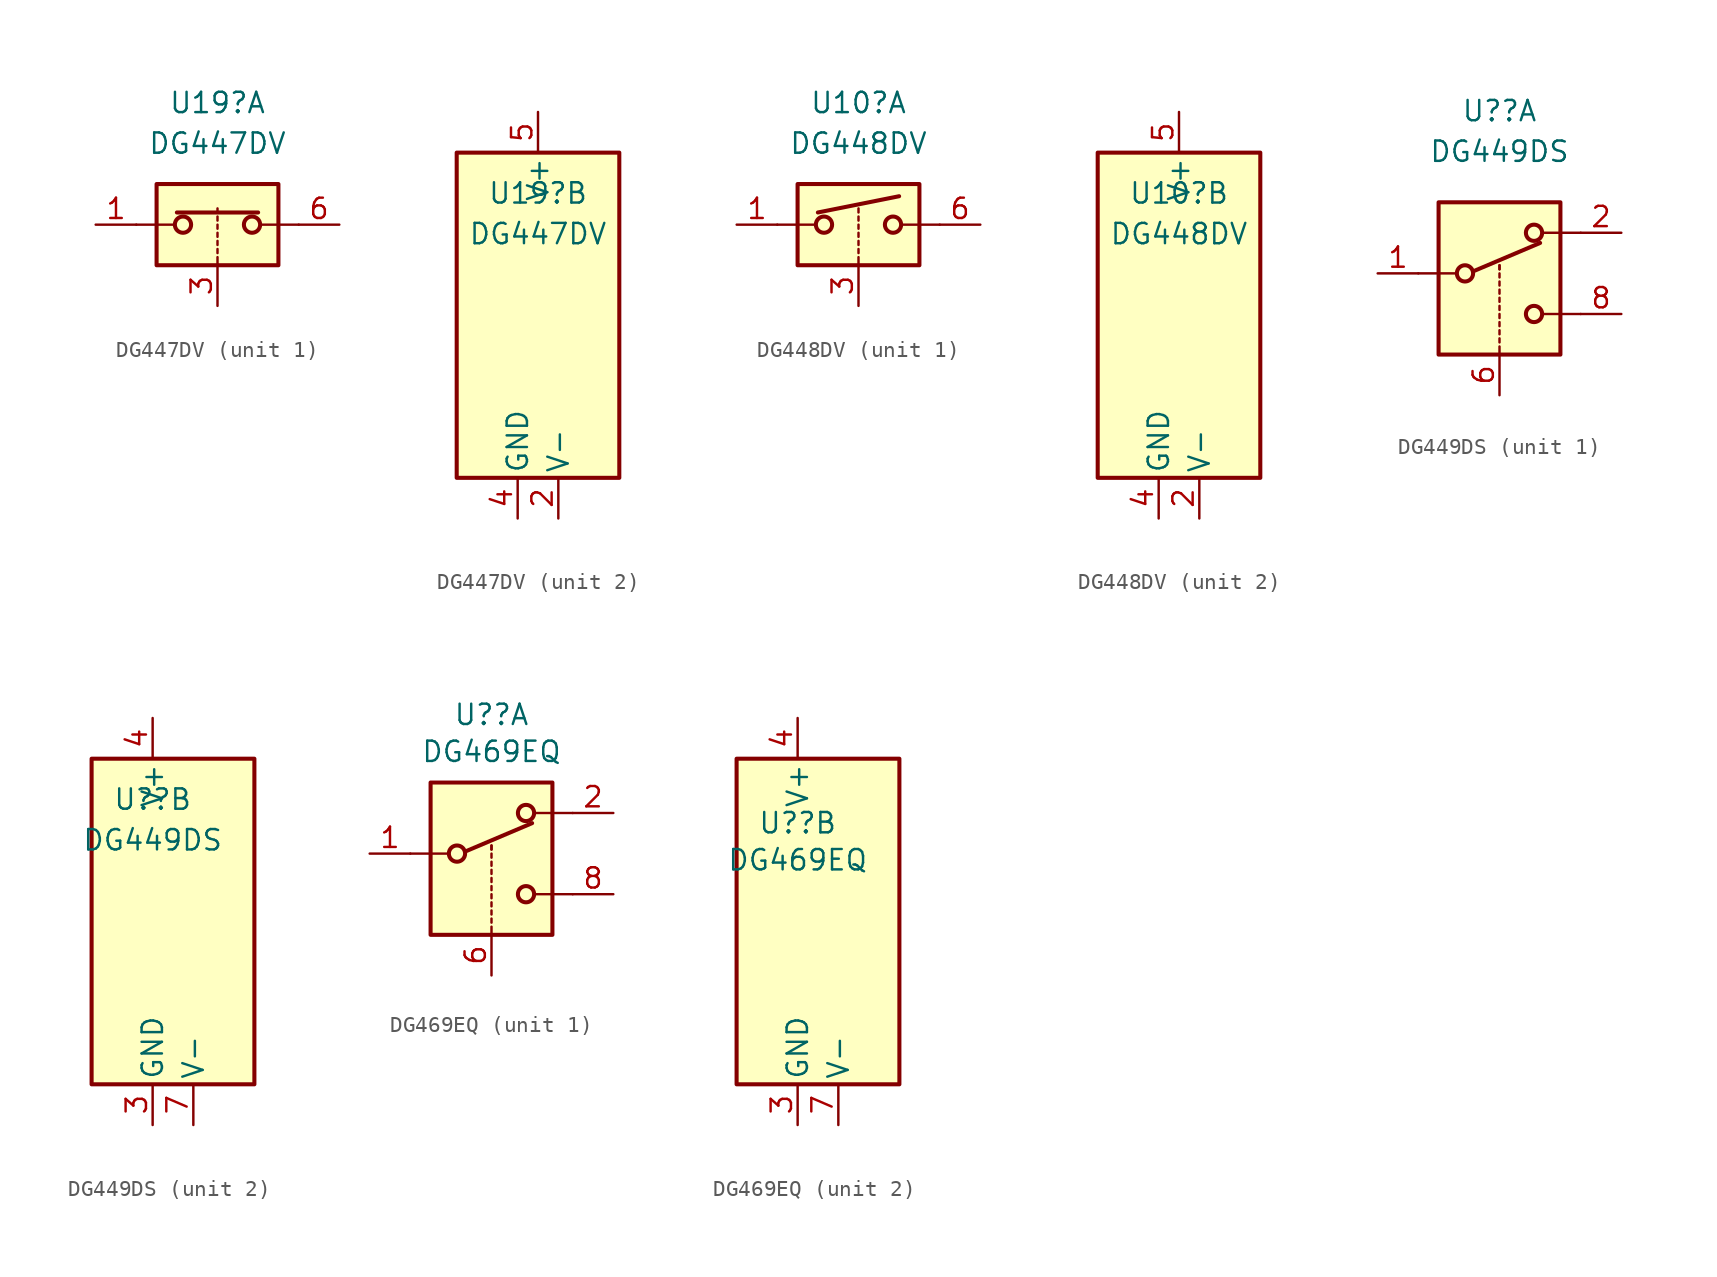
<source format=kicad_sym>
(kicad_symbol_lib
  (version 20220914)
  (generator kicad_symbol_editor)
  (symbol "DG447DV"
    (pin_names
      (offset 0.254))
    (property "Reference" "U19"
      (at 0 7.62 0)
      (effects (font (size 1.27 1.27))))
    (property "Value" "DG447DV"
      (at 0 5.08 0)
      (effects (font (size 1.27 1.27))))
    (property "ki_locked" ""
      (at 0 0 0)
      (effects (font (size 1.27 1.27))))
    (symbol "DG447DV_1_0"
      (pin bidirectional line (at -7.62 0 0) (length 2.54) (name "" (effects (font (size 1.27 1.27)))) (number "1" (effects (font (size 1.27 1.27)))))
      (pin input line (at 0 -5.08 90) (length 2.54) (name "" (effects (font (size 1.27 1.27)))) (number "3" (effects (font (size 1.27 1.27)))))
      (pin bidirectional line (at 7.62 0 180) (length 2.54) (name "" (effects (font (size 1.27 1.27)))) (number "6" (effects (font (size 1.27 1.27))))))
    (symbol "DG447DV_1_1"
      (rectangle (start -3.81 2.54) (end 3.81 -2.54) (stroke (width 0.254) (type default)) (fill (type background)))
      (circle (center -2.159 0) (radius 0.508) (stroke (width 0.254) (type default)) (fill (type none)))
      (polyline (pts (xy -5.08 0) (xy -2.794 0)) (stroke (width 0) (type default)) (fill (type none)))
      (polyline (pts (xy -2.54 0.762) (xy 2.54 0.762)) (stroke (width 0.254) (type default)) (fill (type none)))
      (polyline (pts (xy 0 -2.54) (xy 0 -2.032)) (stroke (width 0) (type default)) (fill (type none)))
      (polyline (pts (xy 0 -1.778) (xy 0 -1.524)) (stroke (width 0) (type default)) (fill (type none)))
      (polyline (pts (xy 0 -1.27) (xy 0 -1.016)) (stroke (width 0) (type default)) (fill (type none)))
      (polyline (pts (xy 0 -0.762) (xy 0 -0.508)) (stroke (width 0) (type default)) (fill (type none)))
      (polyline (pts (xy 0 -0.254) (xy 0 0)) (stroke (width 0) (type default)) (fill (type none)))
      (polyline (pts (xy 0 0.254) (xy 0 0.508)) (stroke (width 0) (type default)) (fill (type none)))
      (polyline (pts (xy 0 0.762) (xy 0 1.016)) (stroke (width 0) (type default)) (fill (type none)))
      (polyline (pts (xy 5.08 0) (xy 2.794 0)) (stroke (width 0) (type default)) (fill (type none)))
      (circle (center 2.159 0) (radius 0.508) (stroke (width 0.254) (type default)) (fill (type none))))
    (symbol "DG447DV_2_0"
      (pin power_in line (at 1.27 -12.7 90) (length 2.54) (name "V-" (effects (font (size 1.27 1.27)))) (number "2" (effects (font (size 1.27 1.27)))))
      (pin power_in line (at -1.27 -12.7 90) (length 2.54) (name "GND" (effects (font (size 1.27 1.27)))) (number "4" (effects (font (size 1.27 1.27)))))
      (pin power_in line (at 0 12.7 270) (length 2.54) (name "V+" (effects (font (size 1.27 1.27)))) (number "5" (effects (font (size 1.27 1.27))))))
    (symbol "DG447DV_2_1"
      (rectangle (start -5.08 10.16) (end 5.08 -10.16) (stroke (width 0.254) (type default)) (fill (type background)))))
  (symbol "DG448DV"
    (pin_names
      (offset 0.254))
    (property "Reference" "U10"
      (at 0 7.62 0)
      (effects (font (size 1.27 1.27))))
    (property "Value" "DG448DV"
      (at 0 5.08 0)
      (effects (font (size 1.27 1.27))))
    (property "ki_locked" ""
      (at 0 0 0)
      (effects (font (size 1.27 1.27))))
    (symbol "DG448DV_1_0"
      (pin bidirectional line (at -7.62 0 0) (length 2.54) (name "" (effects (font (size 1.27 1.27)))) (number "1" (effects (font (size 1.27 1.27)))))
      (pin input line (at 0 -5.08 90) (length 2.54) (name "" (effects (font (size 1.27 1.27)))) (number "3" (effects (font (size 1.27 1.27)))))
      (pin bidirectional line (at 7.62 0 180) (length 2.54) (name "" (effects (font (size 1.27 1.27)))) (number "6" (effects (font (size 1.27 1.27))))))
    (symbol "DG448DV_1_1"
      (rectangle (start -3.81 2.54) (end 3.81 -2.54) (stroke (width 0.254) (type default)) (fill (type background)))
      (circle (center -2.159 0) (radius 0.508) (stroke (width 0.254) (type default)) (fill (type none)))
      (polyline (pts (xy -5.08 0) (xy -2.794 0)) (stroke (width 0) (type default)) (fill (type none)))
      (polyline (pts (xy -2.54 0.762) (xy 2.54 1.778)) (stroke (width 0.254) (type default)) (fill (type none)))
      (polyline (pts (xy 0 -2.54) (xy 0 -2.032)) (stroke (width 0) (type default)) (fill (type none)))
      (polyline (pts (xy 0 -1.778) (xy 0 -1.524)) (stroke (width 0) (type default)) (fill (type none)))
      (polyline (pts (xy 0 -1.27) (xy 0 -1.016)) (stroke (width 0) (type default)) (fill (type none)))
      (polyline (pts (xy 0 -0.762) (xy 0 -0.508)) (stroke (width 0) (type default)) (fill (type none)))
      (polyline (pts (xy 0 -0.254) (xy 0 0)) (stroke (width 0) (type default)) (fill (type none)))
      (polyline (pts (xy 0 0.254) (xy 0 0.508)) (stroke (width 0) (type default)) (fill (type none)))
      (polyline (pts (xy 0 0.762) (xy 0 1.016)) (stroke (width 0) (type default)) (fill (type none)))
      (polyline (pts (xy 5.08 0) (xy 2.794 0)) (stroke (width 0) (type default)) (fill (type none)))
      (circle (center 2.159 0) (radius 0.508) (stroke (width 0.254) (type default)) (fill (type none))))
    (symbol "DG448DV_2_0"
      (pin power_in line (at 1.27 -12.7 90) (length 2.54) (name "V-" (effects (font (size 1.27 1.27)))) (number "2" (effects (font (size 1.27 1.27)))))
      (pin power_in line (at -1.27 -12.7 90) (length 2.54) (name "GND" (effects (font (size 1.27 1.27)))) (number "4" (effects (font (size 1.27 1.27)))))
      (pin power_in line (at 0 12.7 270) (length 2.54) (name "V+" (effects (font (size 1.27 1.27)))) (number "5" (effects (font (size 1.27 1.27))))))
    (symbol "DG448DV_2_1"
      (rectangle (start -5.08 10.16) (end 5.08 -10.16) (stroke (width 0.254) (type default)) (fill (type background)))))
  (symbol "DG449DS"
    (pin_names
      (offset 0.254))
    (property "Reference" "U?"
      (at 0 7.62 0)
      (effects (font (size 1.27 1.27))))
    (property "Value" "DG449DS"
      (at 0 5.08 0)
      (effects (font (size 1.27 1.27))))
    (symbol "DG449DS_1_1"
      (rectangle (start -3.81 1.905) (end 3.81 -7.62) (stroke (width 0.254) (type solid)) (fill (type background)))
      (circle (center -2.159 -2.54) (radius 0.508) (stroke (width 0.254) (type solid)) (fill (type none)))
      (polyline (pts (xy -5.08 -2.54) (xy -2.794 -2.54)) (stroke (width 0) (type solid)) (fill (type none)))
      (polyline (pts (xy -1.651 -2.413) (xy 2.54 -0.635)) (stroke (width 0.254) (type solid)) (fill (type none)))
      (polyline (pts (xy 0 -7.62) (xy 0 -7.112)) (stroke (width 0) (type solid)) (fill (type none)))
      (polyline (pts (xy 0 -6.858) (xy 0 -6.604)) (stroke (width 0) (type solid)) (fill (type none)))
      (polyline (pts (xy 0 -6.35) (xy 0 -6.096)) (stroke (width 0) (type solid)) (fill (type none)))
      (polyline (pts (xy 0 -5.842) (xy 0 -5.588)) (stroke (width 0) (type solid)) (fill (type none)))
      (polyline (pts (xy 0 -5.334) (xy 0 -5.08)) (stroke (width 0) (type solid)) (fill (type none)))
      (polyline (pts (xy 0 -4.826) (xy 0 -4.572)) (stroke (width 0) (type solid)) (fill (type none)))
      (polyline (pts (xy 0 -4.318) (xy 0 -4.064)) (stroke (width 0) (type solid)) (fill (type none)))
      (polyline (pts (xy 0 -3.81) (xy 0 -3.556)) (stroke (width 0) (type solid)) (fill (type none)))
      (polyline (pts (xy 0 -3.302) (xy 0 -3.048)) (stroke (width 0) (type solid)) (fill (type none)))
      (polyline (pts (xy 0 -2.794) (xy 0 -2.54)) (stroke (width 0) (type solid)) (fill (type none)))
      (polyline (pts (xy 0 -2.286) (xy 0 -2.032)) (stroke (width 0) (type solid)) (fill (type none)))
      (polyline (pts (xy 0 -2.286) (xy 0 -2.032)) (stroke (width 0) (type solid)) (fill (type none)))
      (polyline (pts (xy 5.08 -5.08) (xy 2.794 -5.08)) (stroke (width 0) (type solid)) (fill (type none)))
      (polyline (pts (xy 5.08 0) (xy 2.794 0)) (stroke (width 0) (type solid)) (fill (type none)))
      (circle (center 2.159 -5.08) (radius 0.508) (stroke (width 0.254) (type solid)) (fill (type none)))
      (circle (center 2.159 0) (radius 0.508) (stroke (width 0.254) (type solid)) (fill (type none)))
      (pin passive line (at -7.62 -2.54 0) (length 2.54) (name "~" (effects (font (size 1.27 1.27)))) (number "1" (effects (font (size 1.27 1.27)))))
      (pin passive line (at 7.62 0 180) (length 2.54) (name "~" (effects (font (size 1.27 1.27)))) (number "2" (effects (font (size 1.27 1.27)))))
      (pin input line (at 0 -10.16 90) (length 2.54) (name "~" (effects (font (size 1.27 1.27)))) (number "6" (effects (font (size 1.27 1.27)))))
      (pin passive line (at 7.62 -5.08 180) (length 2.54) (name "~" (effects (font (size 1.27 1.27)))) (number "8" (effects (font (size 1.27 1.27))))))
    (symbol "DG449DS_2_0"
      (pin power_in line (at 0 -12.7 90) (length 2.54) (name "GND" (effects (font (size 1.27 1.27)))) (number "3" (effects (font (size 1.27 1.27)))))
      (pin power_in line (at 0 12.7 270) (length 2.54) (name "V+" (effects (font (size 1.27 1.27)))) (number "4" (effects (font (size 1.27 1.27)))))
      (pin power_in line (at 2.54 -12.7 90) (length 2.54) (name "V-" (effects (font (size 1.27 1.27)))) (number "7" (effects (font (size 1.27 1.27))))))
    (symbol "DG449DS_2_1"
      (rectangle (start -3.81 10.16) (end 6.35 -10.16) (stroke (width 0.254) (type solid)) (fill (type background)))))
  (symbol "DG469EQ"
    (pin_names
      (offset 0.254))
    (property "Reference" "U?"
      (at 0 6.147 0)
      (effects (font (size 1.27 1.27))))
    (property "Value" "DG469EQ"
      (at 0 3.835 0)
      (effects (font (size 1.27 1.27))))
    (symbol "DG469EQ_1_1"
      (rectangle (start -3.81 1.905) (end 3.81 -7.62) (stroke (width 0.254) (type solid)) (fill (type background)))
      (circle (center -2.159 -2.54) (radius 0.508) (stroke (width 0.254) (type solid)) (fill (type none)))
      (polyline (pts (xy -5.08 -2.54) (xy -2.794 -2.54)) (stroke (width 0) (type solid)) (fill (type none)))
      (polyline (pts (xy -1.651 -2.413) (xy 2.54 -0.635)) (stroke (width 0.254) (type solid)) (fill (type none)))
      (polyline (pts (xy 0 -7.62) (xy 0 -7.112)) (stroke (width 0) (type solid)) (fill (type none)))
      (polyline (pts (xy 0 -6.858) (xy 0 -6.604)) (stroke (width 0) (type solid)) (fill (type none)))
      (polyline (pts (xy 0 -6.35) (xy 0 -6.096)) (stroke (width 0) (type solid)) (fill (type none)))
      (polyline (pts (xy 0 -5.842) (xy 0 -5.588)) (stroke (width 0) (type solid)) (fill (type none)))
      (polyline (pts (xy 0 -5.334) (xy 0 -5.08)) (stroke (width 0) (type solid)) (fill (type none)))
      (polyline (pts (xy 0 -4.826) (xy 0 -4.572)) (stroke (width 0) (type solid)) (fill (type none)))
      (polyline (pts (xy 0 -4.318) (xy 0 -4.064)) (stroke (width 0) (type solid)) (fill (type none)))
      (polyline (pts (xy 0 -3.81) (xy 0 -3.556)) (stroke (width 0) (type solid)) (fill (type none)))
      (polyline (pts (xy 0 -3.302) (xy 0 -3.048)) (stroke (width 0) (type solid)) (fill (type none)))
      (polyline (pts (xy 0 -2.794) (xy 0 -2.54)) (stroke (width 0) (type solid)) (fill (type none)))
      (polyline (pts (xy 0 -2.286) (xy 0 -2.032)) (stroke (width 0) (type solid)) (fill (type none)))
      (polyline (pts (xy 0 -2.286) (xy 0 -2.032)) (stroke (width 0) (type solid)) (fill (type none)))
      (polyline (pts (xy 5.08 -5.08) (xy 2.794 -5.08)) (stroke (width 0) (type solid)) (fill (type none)))
      (polyline (pts (xy 5.08 0) (xy 2.794 0)) (stroke (width 0) (type solid)) (fill (type none)))
      (circle (center 2.159 -5.08) (radius 0.508) (stroke (width 0.254) (type solid)) (fill (type none)))
      (circle (center 2.159 0) (radius 0.508) (stroke (width 0.254) (type solid)) (fill (type none)))
      (pin passive line (at -7.62 -2.54 0) (length 2.54) (name "~" (effects (font (size 1.27 1.27)))) (number "1" (effects (font (size 1.27 1.27)))))
      (pin passive line (at 7.62 0 180) (length 2.54) (name "~" (effects (font (size 1.27 1.27)))) (number "2" (effects (font (size 1.27 1.27)))))
      (pin input line (at 0 -10.16 90) (length 2.54) (name "~" (effects (font (size 1.27 1.27)))) (number "6" (effects (font (size 1.27 1.27)))))
      (pin passive line (at 7.62 -5.08 180) (length 2.54) (name "~" (effects (font (size 1.27 1.27)))) (number "8" (effects (font (size 1.27 1.27))))))
    (symbol "DG469EQ_2_0"
      (pin power_in line (at 0 -12.7 90) (length 2.54) (name "GND" (effects (font (size 1.27 1.27)))) (number "3" (effects (font (size 1.27 1.27)))))
      (pin power_in line (at 0 12.7 270) (length 2.54) (name "V+" (effects (font (size 1.27 1.27)))) (number "4" (effects (font (size 1.27 1.27)))))
      (pin power_in line (at 2.54 -12.7 90) (length 2.54) (name "V-" (effects (font (size 1.27 1.27)))) (number "7" (effects (font (size 1.27 1.27))))))
    (symbol "DG469EQ_2_1"
      (rectangle (start -3.81 10.16) (end 6.35 -10.16) (stroke (width 0.254) (type solid)) (fill (type background))))))
</source>
